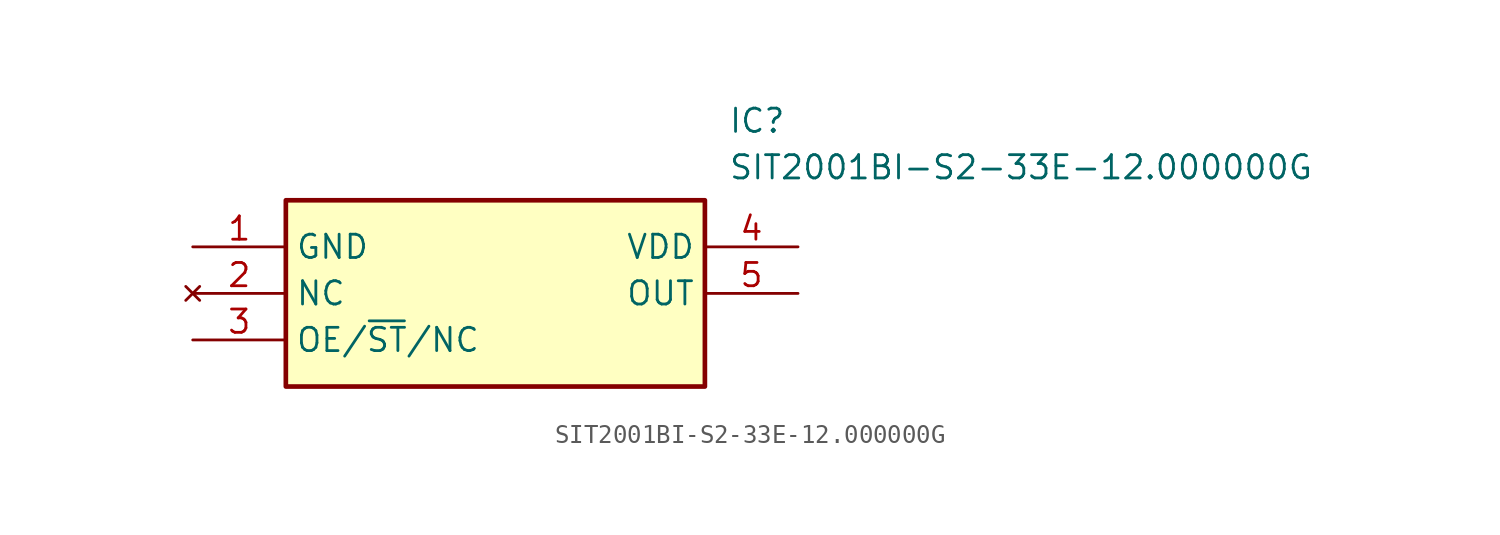
<source format=kicad_sym>
(kicad_symbol_lib
  (version 20211014)
  (generator SamacSys_ECAD_Model)
  (symbol "SIT2001BI-S2-33E-12.000000G"
    (property "Reference" "IC"
      (at 29.21 7.62 0)
      (effects (font (size 1.27 1.27)) (justify left top)))
    (property "Value" "SIT2001BI-S2-33E-12.000000G"
      (at 29.21 5.08 0)
      (effects (font (size 1.27 1.27)) (justify left top)))
    (rectangle
      (start 5.08 2.54)
      (end 27.94 -7.62)
      (stroke (width 0.254) (type default))
      (fill (type background)))
    (pin passive line
      (at 0 0 0)
      (length 5.08)
      (name "GND" (effects (font (size 1.27 1.27))))
      (number "1" (effects (font (size 1.27 1.27)))))
    (pin no_connect line
      (at 0 -2.54 0)
      (length 5.08)
      (name "NC" (effects (font (size 1.27 1.27))))
      (number "2" (effects (font (size 1.27 1.27)))))
    (pin passive line
      (at 0 -5.08 0)
      (length 5.08)
      (name "OE/~{ST}/NC" (effects (font (size 1.27 1.27))))
      (number "3" (effects (font (size 1.27 1.27)))))
    (pin passive line
      (at 33.02 0 180)
      (length 5.08)
      (name "VDD" (effects (font (size 1.27 1.27))))
      (number "4" (effects (font (size 1.27 1.27)))))
    (pin passive line
      (at 33.02 -2.54 180)
      (length 5.08)
      (name "OUT" (effects (font (size 1.27 1.27))))
      (number "5" (effects (font (size 1.27 1.27)))))))
</source>
